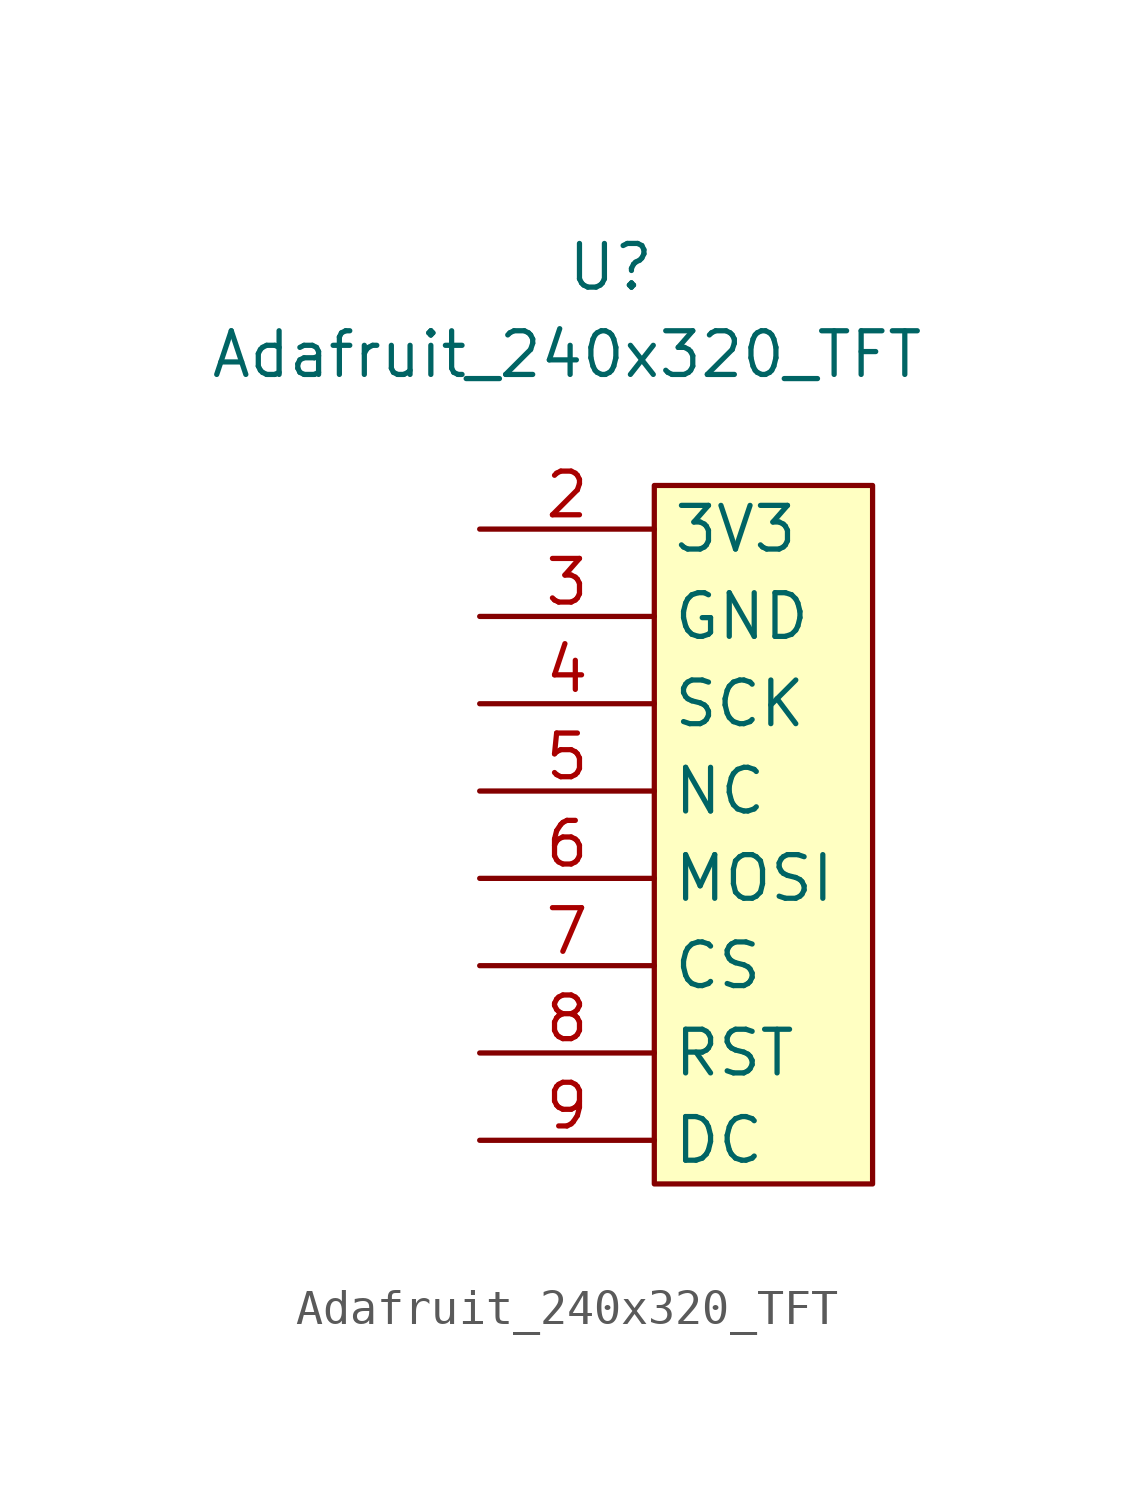
<source format=kicad_sym>
(kicad_symbol_lib
  (version 20220914)
  (generator kicad_symbol_editor)
  (symbol "Adafruit_240x320_TFT"
    (property "Reference" "U"
      (at 3.81 5.08 0)
      (effects (font (size 1.27 1.27))))
    (property "Value" "Adafruit_240x320_TFT"
      (at 2.54 2.54 0)
      (effects (font (size 1.27 1.27))))
    (symbol "Adafruit_240x320_TFT_1_1"
      (rectangle (start 5.08 -1.27) (end 11.43 -21.59) (stroke (width 0) (type default)) (fill (type background)))
      (pin passive line (at 0 -2.54 0) (length 5.08) (name "3V3" (effects (font (size 1.27 1.27)))) (number "2" (effects (font (size 1.27 1.27)))))
      (pin passive line (at 0 -5.08 0) (length 5.08) (name "GND" (effects (font (size 1.27 1.27)))) (number "3" (effects (font (size 1.27 1.27)))))
      (pin passive line (at 0 -7.62 0) (length 5.08) (name "SCK" (effects (font (size 1.27 1.27)))) (number "4" (effects (font (size 1.27 1.27)))))
      (pin passive line (at 0 -10.16 0) (length 5.08) (name "NC" (effects (font (size 1.27 1.27)))) (number "5" (effects (font (size 1.27 1.27)))))
      (pin passive line (at 0 -12.7 0) (length 5.08) (name "MOSI" (effects (font (size 1.27 1.27)))) (number "6" (effects (font (size 1.27 1.27)))))
      (pin passive line (at 0 -15.24 0) (length 5.08) (name "CS" (effects (font (size 1.27 1.27)))) (number "7" (effects (font (size 1.27 1.27)))))
      (pin passive line (at 0 -17.78 0) (length 5.08) (name "RST" (effects (font (size 1.27 1.27)))) (number "8" (effects (font (size 1.27 1.27)))))
      (pin passive line (at 0 -20.32 0) (length 5.08) (name "DC" (effects (font (size 1.27 1.27)))) (number "9" (effects (font (size 1.27 1.27))))))))
</source>
